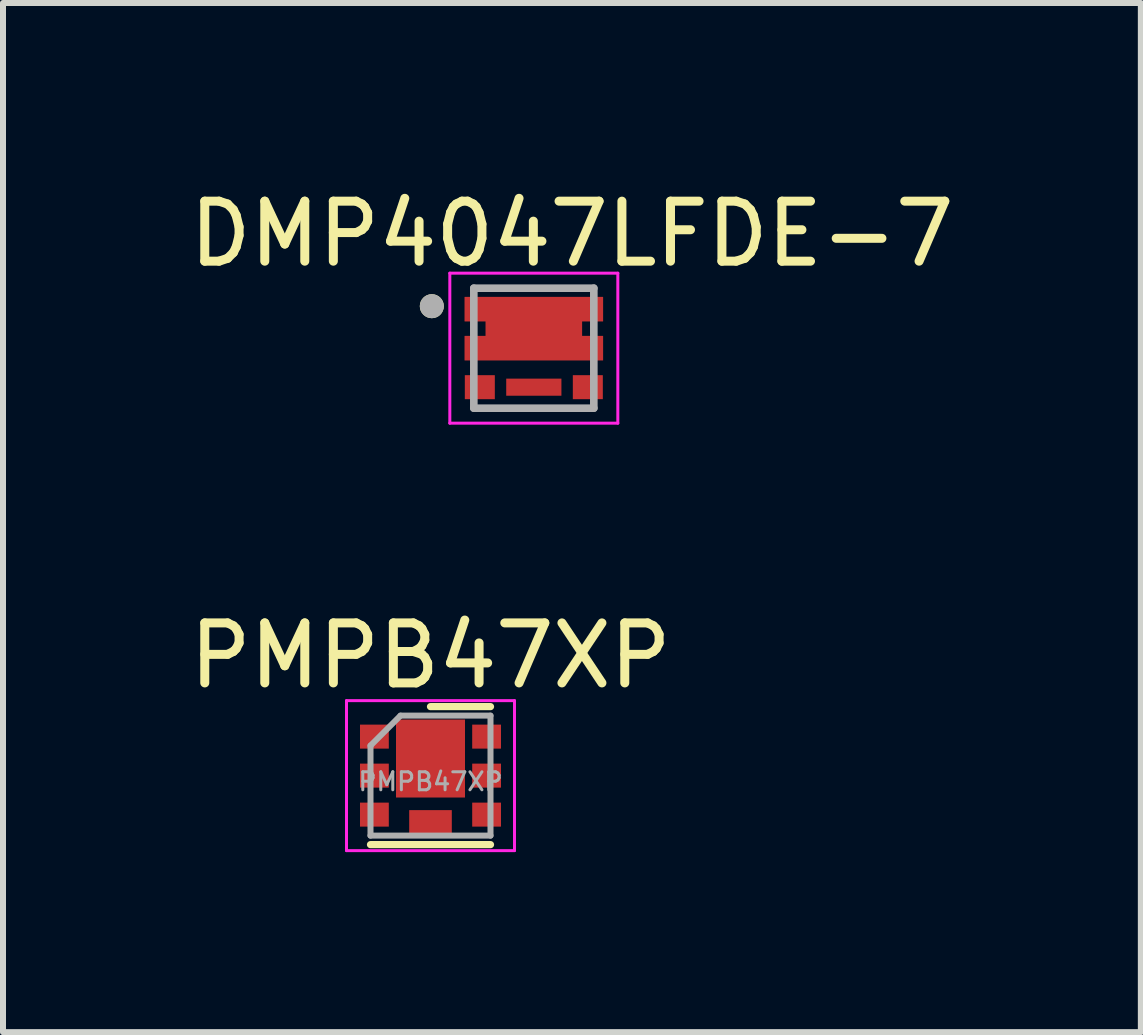
<source format=kicad_pcb>
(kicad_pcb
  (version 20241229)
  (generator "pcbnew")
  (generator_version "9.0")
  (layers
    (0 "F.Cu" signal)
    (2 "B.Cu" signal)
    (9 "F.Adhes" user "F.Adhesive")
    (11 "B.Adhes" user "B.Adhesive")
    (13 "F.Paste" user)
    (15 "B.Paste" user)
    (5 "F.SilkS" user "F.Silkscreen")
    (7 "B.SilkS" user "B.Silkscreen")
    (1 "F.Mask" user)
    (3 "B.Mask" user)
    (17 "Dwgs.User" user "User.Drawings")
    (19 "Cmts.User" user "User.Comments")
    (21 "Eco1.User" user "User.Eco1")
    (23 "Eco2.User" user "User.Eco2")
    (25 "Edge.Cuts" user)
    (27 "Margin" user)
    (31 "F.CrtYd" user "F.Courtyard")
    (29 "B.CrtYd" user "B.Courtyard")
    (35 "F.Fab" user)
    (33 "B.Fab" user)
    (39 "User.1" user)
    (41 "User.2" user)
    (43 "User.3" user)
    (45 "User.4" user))
  (footprint "DMP4047LFDE-7"
    (layer "F.Cu")
    (at 5.847 2.753)
    (property "Reference" "DMP4047LFDE-7" (at 0.635 -1.905 0) (layer "F.SilkS") (effects (font (size 1 1) (thickness 0.15))))
    (attr through_hole)
    (fp_poly (pts (xy -1.25 -0.95) (xy 1.25 -0.95) (xy 1.25 -0.375) (xy 0.9 -0.375) (xy 0.9 -0.275) (xy 1.25 -0.275) (xy 1.25 0.3) (xy -1.25 0.3) (xy -1.25 -0.275) (xy -0.9 -0.275) (xy -0.9 -0.375) (xy -1.25 -0.375)) (stroke (width 0.01) (type solid)) (fill yes) (layer "F.Mask"))
    (fp_circle (center -1.7 -0.7) (end -1.6 -0.7) (stroke (width 0.2) (type solid)) (fill no) (layer "F.SilkS"))
    (fp_poly (pts (xy -1.15 -0.85) (xy -0.8 -0.85) (xy -0.8 -0.45) (xy -1.15 -0.45)) (stroke (width 0.01) (type solid)) (fill yes) (layer "F.Paste"))
    (fp_poly (pts (xy -1.15 -0.2) (xy -0.8 -0.2) (xy -0.8 0.2) (xy -1.15 0.2)) (stroke (width 0.01) (type solid)) (fill yes) (layer "F.Paste"))
    (fp_poly (pts (xy -0.505 -0.657) (xy 0.505 -0.657) (xy 0.505 0.007) (xy -0.505 0.007)) (stroke (width 0.01) (type solid)) (fill yes) (layer "F.Paste"))
    (fp_poly (pts (xy 0.8 -0.85) (xy 1.15 -0.85) (xy 1.15 -0.45) (xy 0.8 -0.45)) (stroke (width 0.01) (type solid)) (fill yes) (layer "F.Paste"))
    (fp_poly (pts (xy 0.8 -0.2) (xy 1.15 -0.2) (xy 1.15 0.2) (xy 0.8 0.2)) (stroke (width 0.01) (type solid)) (fill yes) (layer "F.Paste"))
    (fp_line (start -1.4 -1.25) (end 1.4 -1.25) (stroke (width 0.05) (type solid)) (layer "F.CrtYd"))
    (fp_line (start -1.4 1.25) (end -1.4 -1.25) (stroke (width 0.05) (type solid)) (layer "F.CrtYd"))
    (fp_line (start 1.4 -1.25) (end 1.4 1.25) (stroke (width 0.05) (type solid)) (layer "F.CrtYd"))
    (fp_line (start 1.4 1.25) (end -1.4 1.25) (stroke (width 0.05) (type solid)) (layer "F.CrtYd"))
    (fp_line (start -1 -1) (end 1 -1) (stroke (width 0.127) (type solid)) (layer "F.Fab"))
    (fp_line (start -1 1) (end -1 -1) (stroke (width 0.127) (type solid)) (layer "F.Fab"))
    (fp_line (start 1 -1) (end 1 1) (stroke (width 0.127) (type solid)) (layer "F.Fab"))
    (fp_line (start 1 1) (end -1 1) (stroke (width 0.127) (type solid)) (layer "F.Fab"))
    (fp_circle (center -1.7 -0.7) (end -1.6 -0.7) (stroke (width 0.2) (type solid)) (fill no) (layer "F.Fab"))
    (pad "1" smd custom (at 0 -0.325) (size 0.5 0.5) (layers "F.Cu") (options (anchor rect)) (primitives (gr_poly (pts (xy 1.15 -0.125) (xy 0.8 -0.125) (xy 0.8 0.125) (xy 1.15 0.125) (xy 1.15 0.525) (xy -1.15 0.525) (xy -1.15 0.125) (xy -0.8 0.125) (xy -0.8 -0.125) (xy -1.15 -0.125) (xy -1.15 -0.525) (xy 1.15 -0.525)) (width 0.01) (fill yes))))
    (pad "2" smd rect (at -0.9 0.65) (size 0.5 0.4) (layers "F.Cu" "F.Mask" "F.Paste"))
    (pad "3" smd rect (at 0 0.65) (size 0.92 0.285) (layers "F.Cu" "F.Mask" "F.Paste"))
    (pad "3" smd rect (at 0.9 0.65) (size 0.5 0.4) (layers "F.Cu" "F.Mask" "F.Paste")))
  (footprint "PMPB47XP"
    (layer "F.Cu")
    (at 4.125 9.877)
    (property "Reference" "PMPB47XP" (at 0 -2 0) (layer "F.SilkS") (effects (font (size 1 1) (thickness 0.15))))
    (attr smd)
    (fp_line (start 1 -1.15) (end 0 -1.15) (stroke (width 0.12) (type solid)) (layer "F.SilkS"))
    (fp_line (start 1 1.15) (end -1 1.15) (stroke (width 0.12) (type solid)) (layer "F.SilkS"))
    (fp_line (start -1.4 -1.25) (end -1.4 1.25) (stroke (width 0.05) (type solid)) (layer "F.CrtYd"))
    (fp_line (start -1.4 1.25) (end 1.4 1.25) (stroke (width 0.05) (type solid)) (layer "F.CrtYd"))
    (fp_line (start 1.4 -1.25) (end -1.4 -1.25) (stroke (width 0.05) (type solid)) (layer "F.CrtYd"))
    (fp_line (start 1.4 1.25) (end 1.4 -1.25) (stroke (width 0.05) (type solid)) (layer "F.CrtYd"))
    (fp_line (start -1 1) (end -1 -0.5) (stroke (width 0.1) (type solid)) (layer "F.Fab"))
    (fp_line (start -0.5 -1) (end -1 -0.5) (stroke (width 0.1) (type solid)) (layer "F.Fab"))
    (fp_line (start -0.5 -1) (end 1 -1) (stroke (width 0.1) (type solid)) (layer "F.Fab"))
    (fp_line (start 1 -1) (end 1 1) (stroke (width 0.1) (type solid)) (layer "F.Fab"))
    (fp_line (start 1 1) (end -1 1) (stroke (width 0.1) (type solid)) (layer "F.Fab"))
    (fp_text user "${REFERENCE}" (at 0 0.1 0) (layer "F.Fab") (effects (font (size 0.3 0.3) (thickness 0.05))))
    (pad "1" smd rect (at -0.935 -0.65) (size 0.48 0.4) (layers "F.Cu" "F.Mask" "F.Paste"))
    (pad "1" smd rect (at -0.935 0) (size 0.48 0.4) (layers "F.Cu" "F.Mask" "F.Paste"))
    (pad "1" smd rect (at 0 -0.285) (size 1.15 1.3) (layers "F.Cu" "F.Mask" "F.Paste"))
    (pad "1" smd rect (at 0.935 -0.65) (size 0.48 0.4) (layers "F.Cu" "F.Mask" "F.Paste"))
    (pad "1" smd rect (at 0.935 0) (size 0.48 0.4) (layers "F.Cu" "F.Mask" "F.Paste"))
    (pad "2" smd rect (at -0.935 0.65) (size 0.48 0.4) (layers "F.Cu" "F.Mask" "F.Paste"))
    (pad "3" smd rect (at 0 0.775) (size 0.71 0.4) (layers "F.Cu" "F.Mask" "F.Paste"))
    (pad "3" smd rect (at 0.935 0.65) (size 0.48 0.4) (layers "F.Cu" "F.Mask" "F.Paste")))
  (gr_rect
    (start -3 -3)
    (end 15.964 14.152)
    (stroke (width 0.1) (type default))
    (fill no)
    (layer "Edge.Cuts")))
</source>
